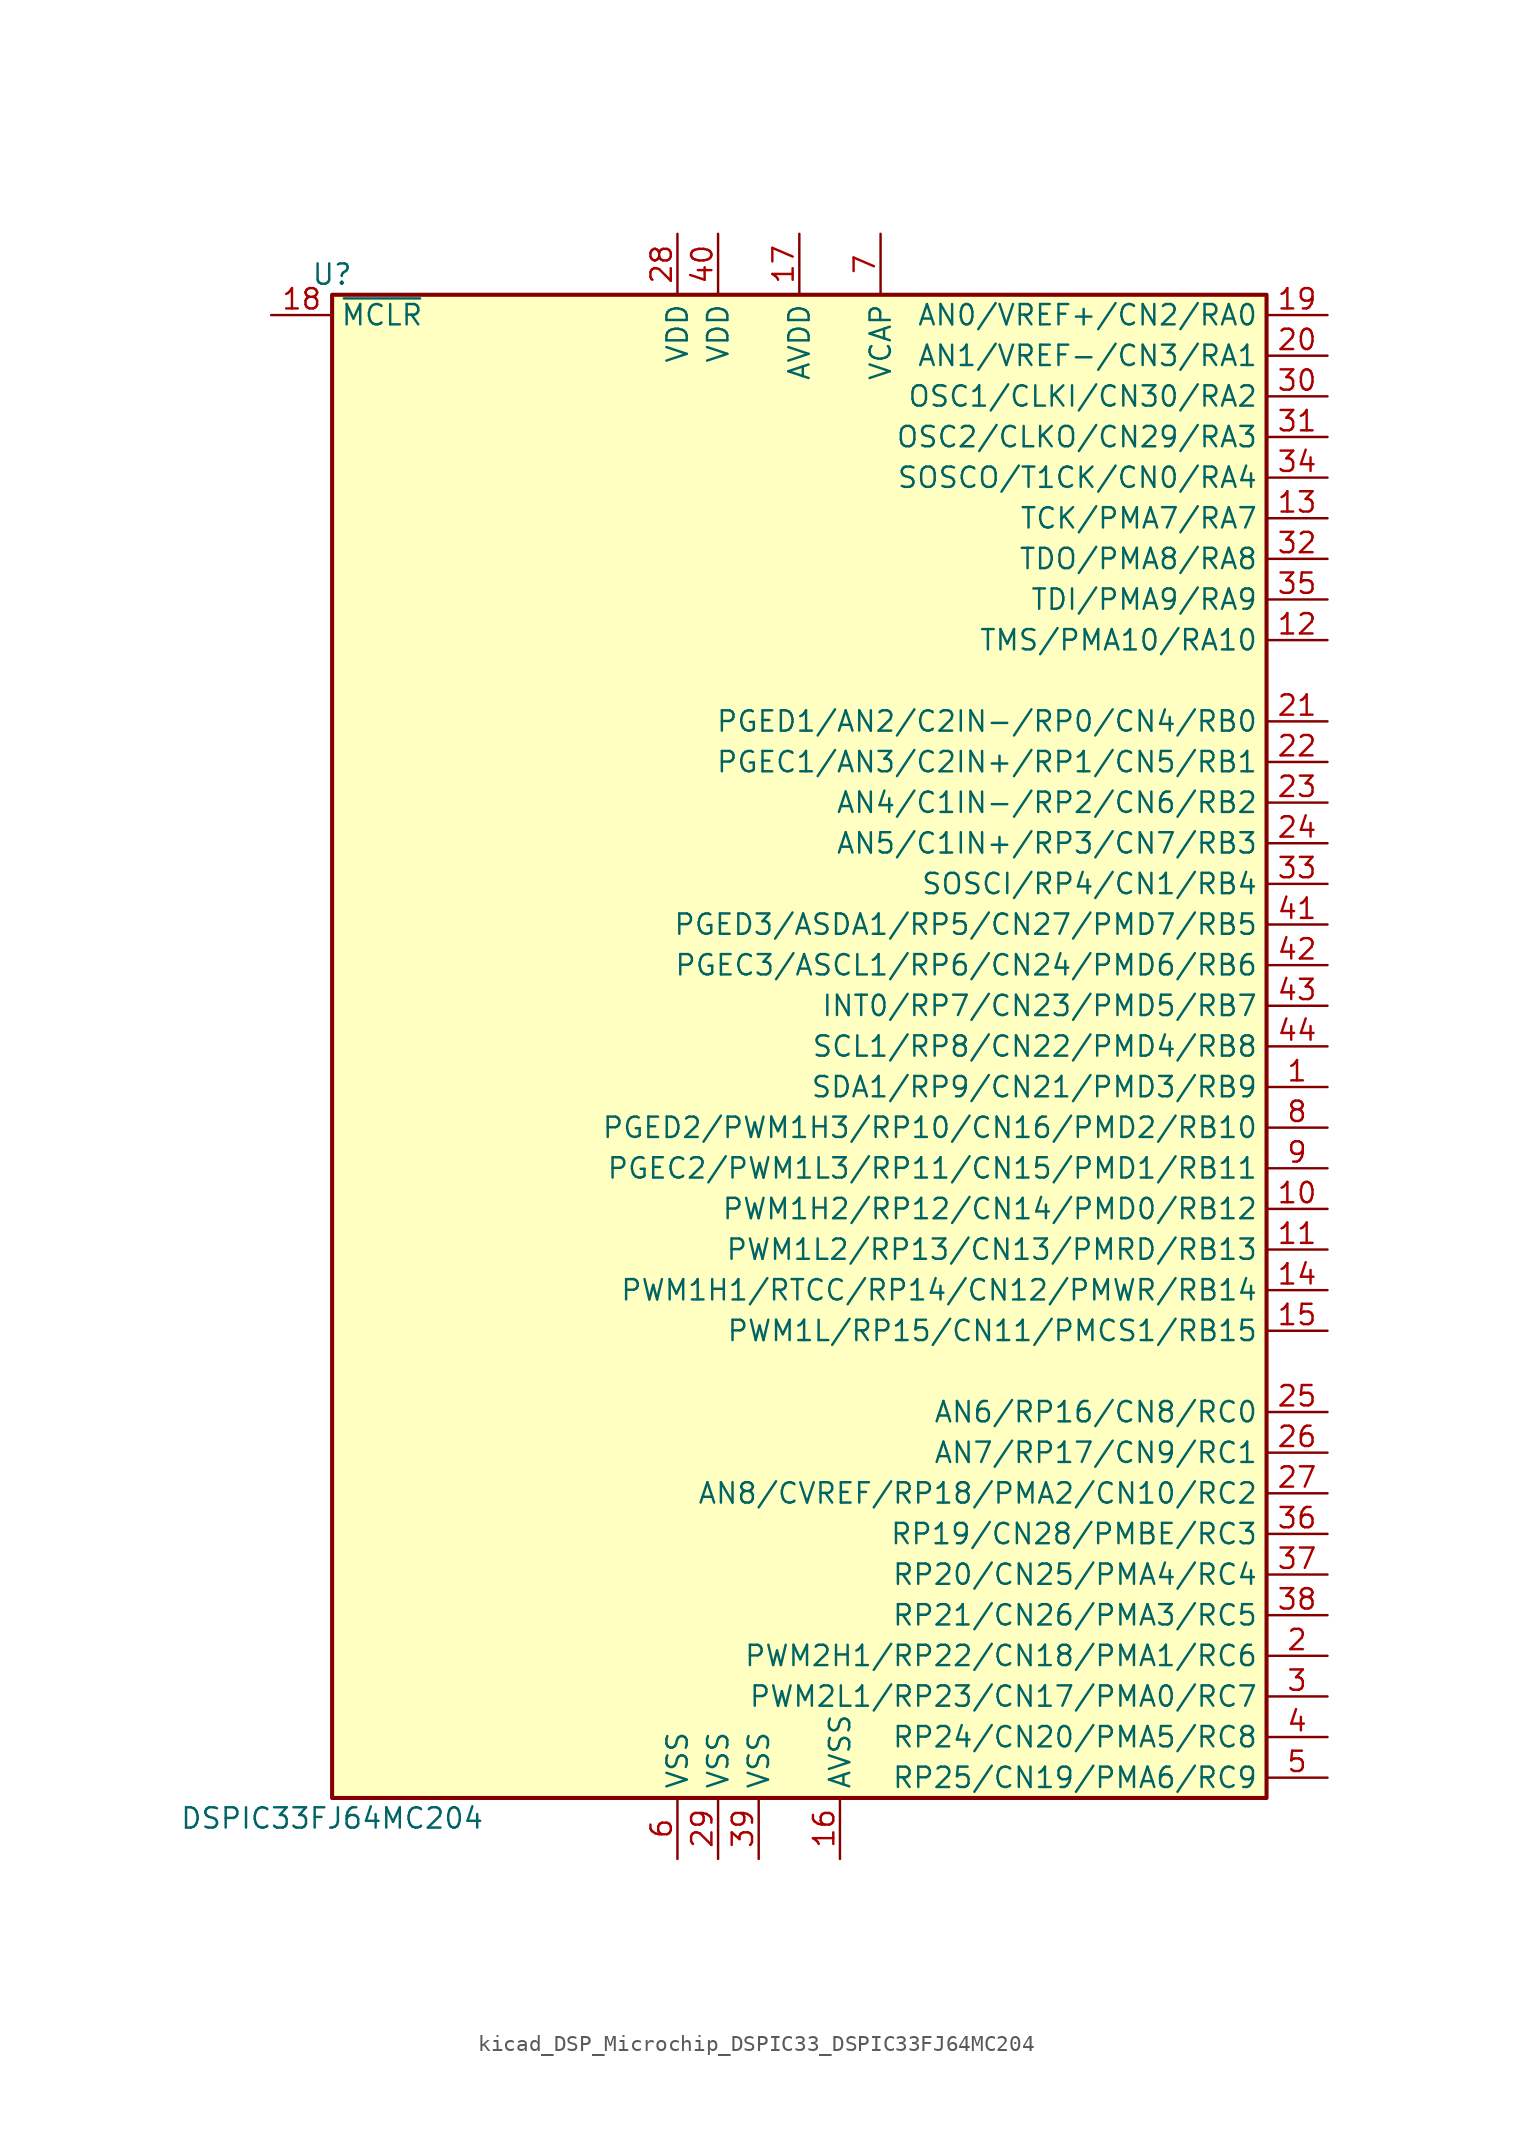
<source format=kicad_sym>
(kicad_symbol_lib
  (version 20220914)
  (generator kicad_symbol_editor)
  (symbol "kicad_DSP_Microchip_DSPIC33_DSPIC33FJ64MC204"
    (property "Reference" "U"
      (at -29.21 48.26 0)
      (effects (font (size 1.27 1.27))))
    (property "Value" "DSPIC33FJ64MC204"
      (at -29.21 -48.26 0)
      (effects (font (size 1.27 1.27))))
    (symbol "kicad_DSP_Microchip_DSPIC33_DSPIC33FJ64MC204_1_1"
      (rectangle (start -29.21 46.99) (end 29.21 -46.99) (stroke (width 0.254) (type default)) (fill (type background)))
      (pin bidirectional line (at 33.02 -2.54 180) (length 3.81) (name "SDA1/RP9/CN21/PMD3/RB9" (effects (font (size 1.27 1.27)))) (number "1" (effects (font (size 1.27 1.27)))))
      (pin bidirectional line (at 33.02 -10.16 180) (length 3.81) (name "PWM1H2/RP12/CN14/PMD0/RB12" (effects (font (size 1.27 1.27)))) (number "10" (effects (font (size 1.27 1.27)))))
      (pin bidirectional line (at 33.02 -12.7 180) (length 3.81) (name "PWM1L2/RP13/CN13/PMRD/RB13" (effects (font (size 1.27 1.27)))) (number "11" (effects (font (size 1.27 1.27)))))
      (pin bidirectional line (at 33.02 25.4 180) (length 3.81) (name "TMS/PMA10/RA10" (effects (font (size 1.27 1.27)))) (number "12" (effects (font (size 1.27 1.27)))))
      (pin bidirectional line (at 33.02 33.02 180) (length 3.81) (name "TCK/PMA7/RA7" (effects (font (size 1.27 1.27)))) (number "13" (effects (font (size 1.27 1.27)))))
      (pin bidirectional line (at 33.02 -15.24 180) (length 3.81) (name "PWM1H1/RTCC/RP14/CN12/PMWR/RB14" (effects (font (size 1.27 1.27)))) (number "14" (effects (font (size 1.27 1.27)))))
      (pin bidirectional line (at 33.02 -17.78 180) (length 3.81) (name "PWM1L/RP15/CN11/PMCS1/RB15" (effects (font (size 1.27 1.27)))) (number "15" (effects (font (size 1.27 1.27)))))
      (pin power_in line (at 2.54 -50.8 90) (length 3.81) (name "AVSS" (effects (font (size 1.27 1.27)))) (number "16" (effects (font (size 1.27 1.27)))))
      (pin power_in line (at 0 50.8 270) (length 3.81) (name "AVDD" (effects (font (size 1.27 1.27)))) (number "17" (effects (font (size 1.27 1.27)))))
      (pin input line (at -33.02 45.72 0) (length 3.81) (name "~{MCLR}" (effects (font (size 1.27 1.27)))) (number "18" (effects (font (size 1.27 1.27)))))
      (pin bidirectional line (at 33.02 45.72 180) (length 3.81) (name "AN0/VREF+/CN2/RA0" (effects (font (size 1.27 1.27)))) (number "19" (effects (font (size 1.27 1.27)))))
      (pin bidirectional line (at 33.02 -38.1 180) (length 3.81) (name "PWM2H1/RP22/CN18/PMA1/RC6" (effects (font (size 1.27 1.27)))) (number "2" (effects (font (size 1.27 1.27)))))
      (pin bidirectional line (at 33.02 43.18 180) (length 3.81) (name "AN1/VREF-/CN3/RA1" (effects (font (size 1.27 1.27)))) (number "20" (effects (font (size 1.27 1.27)))))
      (pin bidirectional line (at 33.02 20.32 180) (length 3.81) (name "PGED1/AN2/C2IN-/RP0/CN4/RB0" (effects (font (size 1.27 1.27)))) (number "21" (effects (font (size 1.27 1.27)))))
      (pin bidirectional line (at 33.02 17.78 180) (length 3.81) (name "PGEC1/AN3/C2IN+/RP1/CN5/RB1" (effects (font (size 1.27 1.27)))) (number "22" (effects (font (size 1.27 1.27)))))
      (pin bidirectional line (at 33.02 15.24 180) (length 3.81) (name "AN4/C1IN-/RP2/CN6/RB2" (effects (font (size 1.27 1.27)))) (number "23" (effects (font (size 1.27 1.27)))))
      (pin bidirectional line (at 33.02 12.7 180) (length 3.81) (name "AN5/C1IN+/RP3/CN7/RB3" (effects (font (size 1.27 1.27)))) (number "24" (effects (font (size 1.27 1.27)))))
      (pin bidirectional line (at 33.02 -22.86 180) (length 3.81) (name "AN6/RP16/CN8/RC0" (effects (font (size 1.27 1.27)))) (number "25" (effects (font (size 1.27 1.27)))))
      (pin bidirectional line (at 33.02 -25.4 180) (length 3.81) (name "AN7/RP17/CN9/RC1" (effects (font (size 1.27 1.27)))) (number "26" (effects (font (size 1.27 1.27)))))
      (pin bidirectional line (at 33.02 -27.94 180) (length 3.81) (name "AN8/CVREF/RP18/PMA2/CN10/RC2" (effects (font (size 1.27 1.27)))) (number "27" (effects (font (size 1.27 1.27)))))
      (pin power_in line (at -7.62 50.8 270) (length 3.81) (name "VDD" (effects (font (size 1.27 1.27)))) (number "28" (effects (font (size 1.27 1.27)))))
      (pin power_in line (at -5.08 -50.8 90) (length 3.81) (name "VSS" (effects (font (size 1.27 1.27)))) (number "29" (effects (font (size 1.27 1.27)))))
      (pin bidirectional line (at 33.02 -40.64 180) (length 3.81) (name "PWM2L1/RP23/CN17/PMA0/RC7" (effects (font (size 1.27 1.27)))) (number "3" (effects (font (size 1.27 1.27)))))
      (pin input line (at 33.02 40.64 180) (length 3.81) (name "OSC1/CLKI/CN30/RA2" (effects (font (size 1.27 1.27)))) (number "30" (effects (font (size 1.27 1.27)))))
      (pin input line (at 33.02 38.1 180) (length 3.81) (name "OSC2/CLKO/CN29/RA3" (effects (font (size 1.27 1.27)))) (number "31" (effects (font (size 1.27 1.27)))))
      (pin input line (at 33.02 30.48 180) (length 3.81) (name "TDO/PMA8/RA8" (effects (font (size 1.27 1.27)))) (number "32" (effects (font (size 1.27 1.27)))))
      (pin input line (at 33.02 10.16 180) (length 3.81) (name "SOSCI/RP4/CN1/RB4" (effects (font (size 1.27 1.27)))) (number "33" (effects (font (size 1.27 1.27)))))
      (pin input line (at 33.02 35.56 180) (length 3.81) (name "SOSCO/T1CK/CN0/RA4" (effects (font (size 1.27 1.27)))) (number "34" (effects (font (size 1.27 1.27)))))
      (pin input line (at 33.02 27.94 180) (length 3.81) (name "TDI/PMA9/RA9" (effects (font (size 1.27 1.27)))) (number "35" (effects (font (size 1.27 1.27)))))
      (pin input line (at 33.02 -30.48 180) (length 3.81) (name "RP19/CN28/PMBE/RC3" (effects (font (size 1.27 1.27)))) (number "36" (effects (font (size 1.27 1.27)))))
      (pin input line (at 33.02 -33.02 180) (length 3.81) (name "RP20/CN25/PMA4/RC4" (effects (font (size 1.27 1.27)))) (number "37" (effects (font (size 1.27 1.27)))))
      (pin input line (at 33.02 -35.56 180) (length 3.81) (name "RP21/CN26/PMA3/RC5" (effects (font (size 1.27 1.27)))) (number "38" (effects (font (size 1.27 1.27)))))
      (pin power_in line (at -2.54 -50.8 90) (length 3.81) (name "VSS" (effects (font (size 1.27 1.27)))) (number "39" (effects (font (size 1.27 1.27)))))
      (pin bidirectional line (at 33.02 -43.18 180) (length 3.81) (name "RP24/CN20/PMA5/RC8" (effects (font (size 1.27 1.27)))) (number "4" (effects (font (size 1.27 1.27)))))
      (pin power_in line (at -5.08 50.8 270) (length 3.81) (name "VDD" (effects (font (size 1.27 1.27)))) (number "40" (effects (font (size 1.27 1.27)))))
      (pin input line (at 33.02 7.62 180) (length 3.81) (name "PGED3/ASDA1/RP5/CN27/PMD7/RB5" (effects (font (size 1.27 1.27)))) (number "41" (effects (font (size 1.27 1.27)))))
      (pin input line (at 33.02 5.08 180) (length 3.81) (name "PGEC3/ASCL1/RP6/CN24/PMD6/RB6" (effects (font (size 1.27 1.27)))) (number "42" (effects (font (size 1.27 1.27)))))
      (pin input line (at 33.02 2.54 180) (length 3.81) (name "INT0/RP7/CN23/PMD5/RB7" (effects (font (size 1.27 1.27)))) (number "43" (effects (font (size 1.27 1.27)))))
      (pin input line (at 33.02 0 180) (length 3.81) (name "SCL1/RP8/CN22/PMD4/RB8" (effects (font (size 1.27 1.27)))) (number "44" (effects (font (size 1.27 1.27)))))
      (pin bidirectional line (at 33.02 -45.72 180) (length 3.81) (name "RP25/CN19/PMA6/RC9" (effects (font (size 1.27 1.27)))) (number "5" (effects (font (size 1.27 1.27)))))
      (pin power_in line (at -7.62 -50.8 90) (length 3.81) (name "VSS" (effects (font (size 1.27 1.27)))) (number "6" (effects (font (size 1.27 1.27)))))
      (pin power_in line (at 5.08 50.8 270) (length 3.81) (name "VCAP" (effects (font (size 1.27 1.27)))) (number "7" (effects (font (size 1.27 1.27)))))
      (pin bidirectional line (at 33.02 -5.08 180) (length 3.81) (name "PGED2/PWM1H3/RP10/CN16/PMD2/RB10" (effects (font (size 1.27 1.27)))) (number "8" (effects (font (size 1.27 1.27)))))
      (pin bidirectional line (at 33.02 -7.62 180) (length 3.81) (name "PGEC2/PWM1L3/RP11/CN15/PMD1/RB11" (effects (font (size 1.27 1.27)))) (number "9" (effects (font (size 1.27 1.27))))))))
</source>
